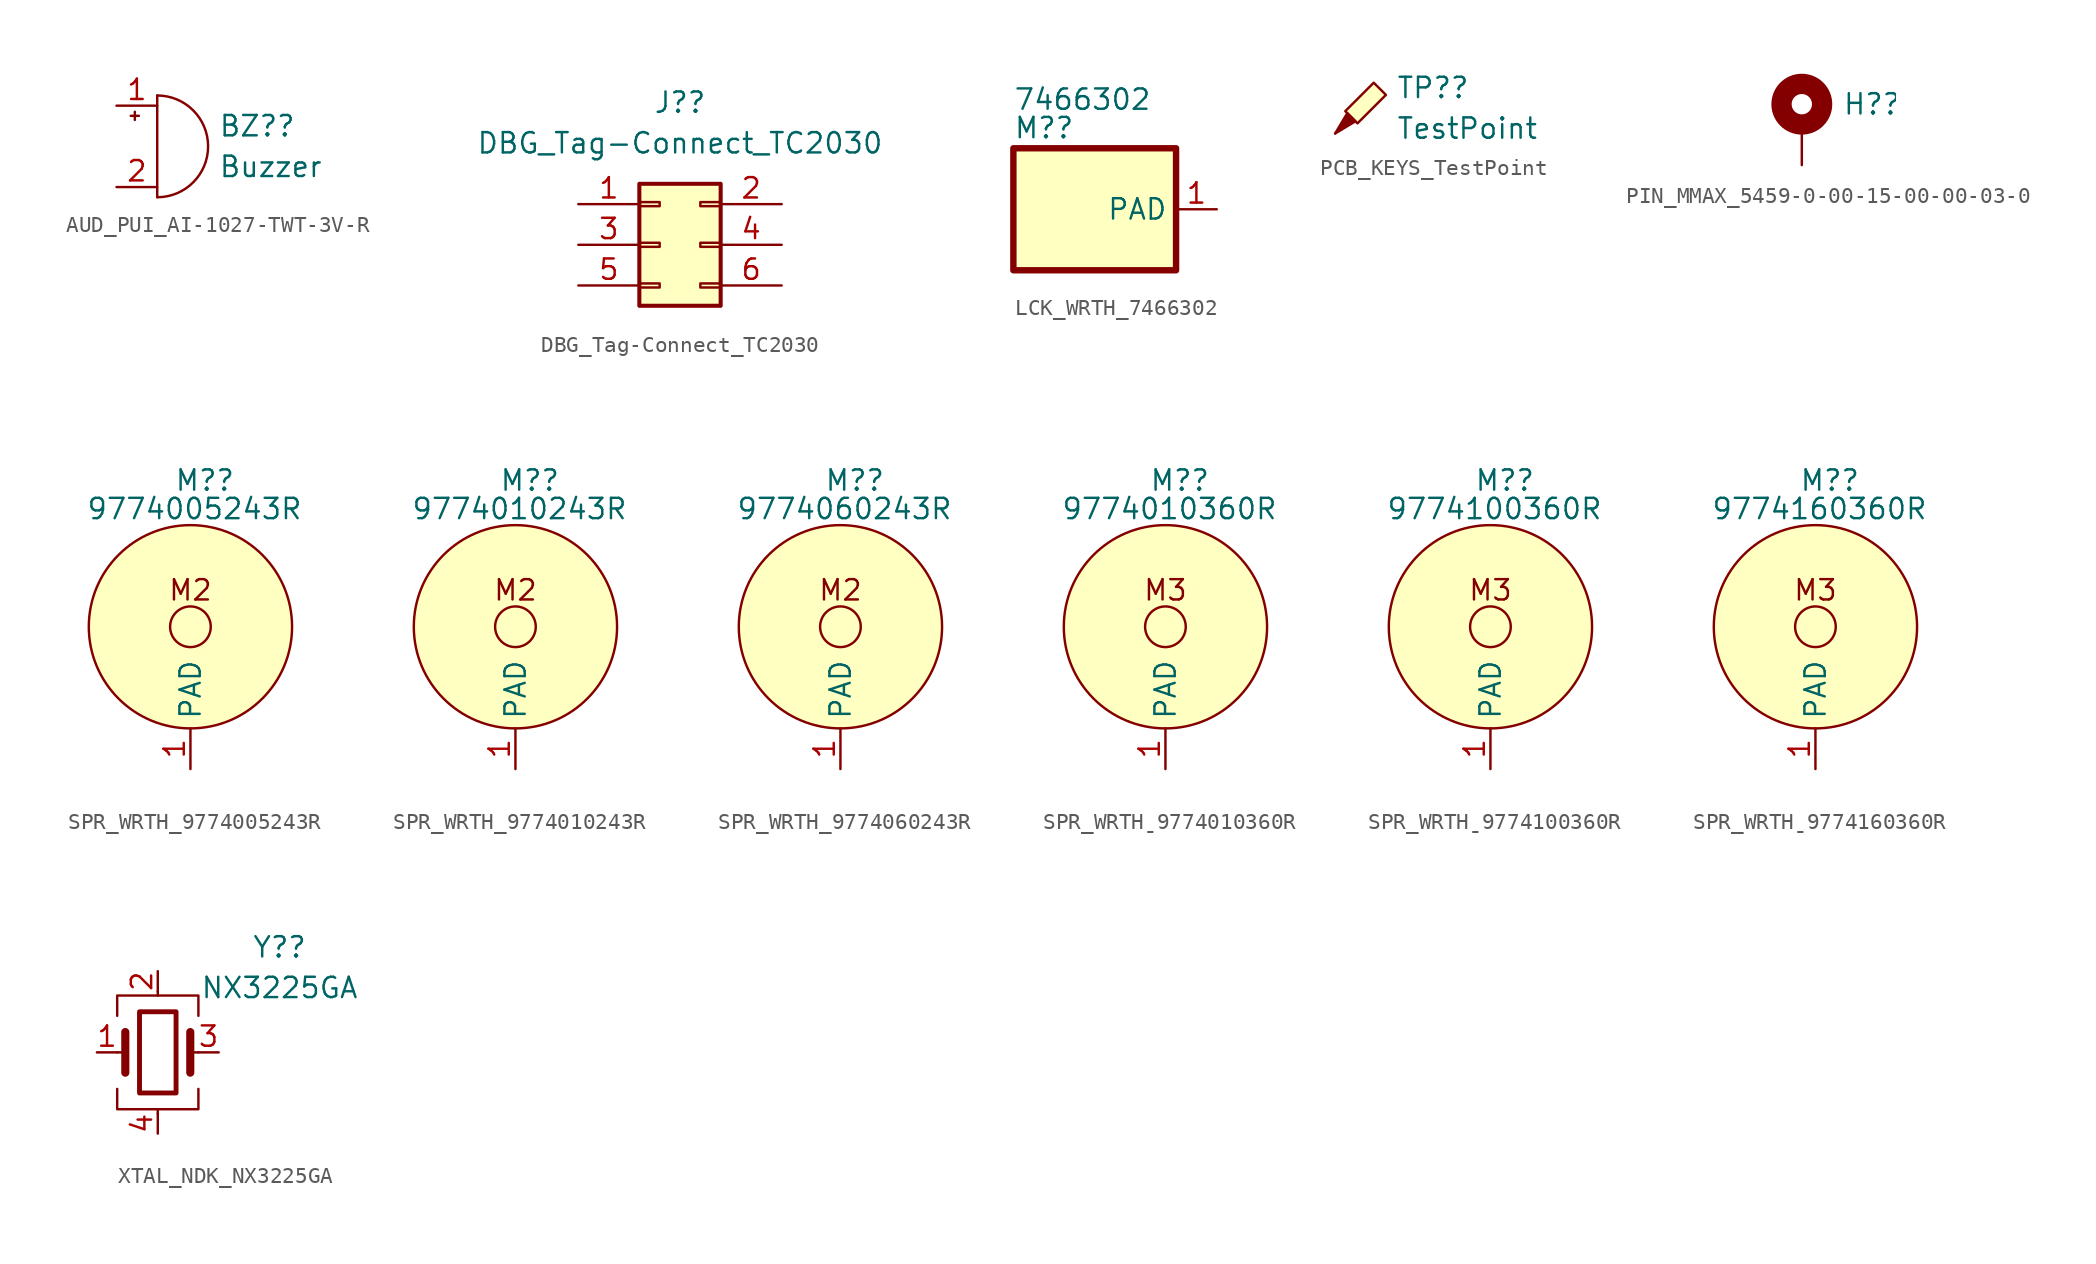
<source format=kicad_sym>
(kicad_symbol_lib
  (version 20231120)
  (generator "kicad_symbol_editor")
  (generator_version "8.0")
  (symbol "AUD_PUI_AI-1027-TWT-3V-R"
    (pin_names
      (offset 0.025) hide)
    (property "Reference" "BZ?"
      (at 3.81 1.27 0)
      (effects (font (size 1.27 1.27)) (justify left)))
    (property "Value" "Buzzer"
      (at 3.81 -1.27 0)
      (effects (font (size 1.27 1.27)) (justify left)))
    (symbol "AUD_PUI_AI-1027-TWT-3V-R_0_1"
      (arc (start 0 -3.175) (mid 3.1612 0) (end 0 3.175) (stroke (width 0) (type default)) (fill (type none)))
      (polyline (pts (xy -1.651 1.905) (xy -1.143 1.905)) (stroke (width 0) (type default)) (fill (type none)))
      (polyline (pts (xy -1.397 2.159) (xy -1.397 1.651)) (stroke (width 0) (type default)) (fill (type none)))
      (polyline (pts (xy 0 3.175) (xy 0 -3.175)) (stroke (width 0) (type default)) (fill (type none))))
    (symbol "AUD_PUI_AI-1027-TWT-3V-R_1_1"
      (pin passive line (at -2.54 2.54 0) (length 2.54) (name "-" (effects (font (size 1.27 1.27)))) (number "1" (effects (font (size 1.27 1.27)))))
      (pin passive line (at -2.54 -2.54 0) (length 2.54) (name "+" (effects (font (size 1.27 1.27)))) (number "2" (effects (font (size 1.27 1.27)))))))
  (symbol "DBG_Tag-Connect_TC2030"
    (pin_names
      (offset 1.016) hide)
    (property "Reference" "J?"
      (at 1.27 8.89 0)
      (effects (font (size 1.27 1.27))))
    (property "Value" "DBG_Tag-Connect_TC2030"
      (at 1.27 6.35 0)
      (effects (font (size 1.27 1.27))))
    (symbol "DBG_Tag-Connect_TC2030_1_1"
      (rectangle (start -1.27 -2.413) (end 0 -2.667) (stroke (width 0.152) (type default)) (fill (type none)))
      (rectangle (start -1.27 0.127) (end 0 -0.127) (stroke (width 0.152) (type default)) (fill (type none)))
      (rectangle (start -1.27 2.667) (end 0 2.413) (stroke (width 0.152) (type default)) (fill (type none)))
      (rectangle (start -1.27 3.81) (end 3.81 -3.81) (stroke (width 0.254) (type default)) (fill (type background)))
      (rectangle (start 3.81 -2.413) (end 2.54 -2.667) (stroke (width 0.152) (type default)) (fill (type none)))
      (rectangle (start 3.81 0.127) (end 2.54 -0.127) (stroke (width 0.152) (type default)) (fill (type none)))
      (rectangle (start 3.81 2.667) (end 2.54 2.413) (stroke (width 0.152) (type default)) (fill (type none)))
      (pin passive line (at -5.08 2.54 0) (length 3.81) (name "Pin_1" (effects (font (size 1.27 1.27)))) (number "1" (effects (font (size 1.27 1.27)))))
      (pin passive line (at 7.62 2.54 180) (length 3.81) (name "Pin_2" (effects (font (size 1.27 1.27)))) (number "2" (effects (font (size 1.27 1.27)))))
      (pin passive line (at -5.08 0 0) (length 3.81) (name "Pin_3" (effects (font (size 1.27 1.27)))) (number "3" (effects (font (size 1.27 1.27)))))
      (pin passive line (at 7.62 0 180) (length 3.81) (name "Pin_4" (effects (font (size 1.27 1.27)))) (number "4" (effects (font (size 1.27 1.27)))))
      (pin passive line (at -5.08 -2.54 0) (length 3.81) (name "Pin_5" (effects (font (size 1.27 1.27)))) (number "5" (effects (font (size 1.27 1.27)))))
      (pin passive line (at 7.62 -2.54 180) (length 3.81) (name "Pin_6" (effects (font (size 1.27 1.27)))) (number "6" (effects (font (size 1.27 1.27)))))))
  (symbol "LCK_WRTH_7466302"
    (property "Reference" "M?"
      (at -7.62 2.54 0)
      (effects (font (size 1.27 1.27)) (justify left)))
    (property "Value" "7466302"
      (at -3.302 4.318 0)
      (effects (font (size 1.27 1.27))))
    (symbol "LCK_WRTH_7466302_1_1"
      (rectangle (start -7.62 1.27) (end 2.54 -6.35) (stroke (width 0.4) (type default) (color 132 0 0 1)) (fill (type background)))
      (pin input line (at 5.08 -2.54 180) (length 2.54) (name "PAD" (effects (font (size 1.27 1.27)))) (number "1" (effects (font (size 1.27 1.27)))))))
  (symbol "PCB_KEYS_TestPoint"
    (pin_numbers hide)
    (pin_names
      (offset 0.762) hide)
    (property "Reference" "TP?"
      (at 3.81 2.858 0)
      (effects (font (size 1.27 1.27)) (justify left)))
    (property "Value" "TestPoint"
      (at 3.81 0.318 0)
      (effects (font (size 1.27 1.27)) (justify left)))
    (symbol "PCB_KEYS_TestPoint_0_1"
      (polyline (pts (xy 1.27 0.762) (xy 0 0) (xy 0.762 1.27) (xy 1.27 0.762)) (stroke (width 0) (type default)) (fill (type outline)))
      (polyline (pts (xy 1.397 0.635) (xy 0.635 1.397) (xy 2.413 3.175) (xy 3.175 2.413) (xy 1.397 0.635)) (stroke (width 0) (type default)) (fill (type background))))
    (symbol "PCB_KEYS_TestPoint_1_1"
      (pin passive line (at 0 0 90) (length 0) (name "1" (effects (font (size 1.27 1.27)))) (number "1" (effects (font (size 1.27 1.27)))))))
  (symbol "PIN_MMAX_5459-0-00-15-00-00-03-0"
    (pin_numbers hide)
    (pin_names
      (offset 1.016) hide)
    (property "Reference" "H?"
      (at 2.54 1.27 0)
      (effects (font (size 1.27 1.27)) (justify left)))
    (symbol "PIN_MMAX_5459-0-00-15-00-00-03-0_0_1"
      (circle (center 0 1.27) (radius 1.27) (stroke (width 1.27) (type default)) (fill (type none))))
    (symbol "PIN_MMAX_5459-0-00-15-00-00-03-0_1_1"
      (pin input line (at 0 -2.54 90) (length 2.54) (name "1" (effects (font (size 1.27 1.27)))) (number "1" (effects (font (size 1.27 1.27)))))))
  (symbol "SPR_WRTH_9774005243R"
    (property "Reference" "M?"
      (at -1.016 11.684 0)
      (effects (font (size 1.27 1.27)) (justify left)))
    (property "Value" "9774005243R"
      (at 0.254 9.906 0)
      (effects (font (size 1.27 1.27))))
    (symbol "SPR_WRTH_9774005243R_0_1"
      (circle (center 0 2.54) (radius 1.27) (stroke (width 0) (type default)) (fill (type color) (color 255 255 255 1)))
      (circle (center 0 2.54) (radius 6.35) (stroke (width 0) (type default)) (fill (type background))))
    (symbol "SPR_WRTH_9774005243R_1_1"
      (text "M2" (at 0 4.826 0) (effects (font (size 1.27 1.27))))
      (pin input line (at 0 -6.35 90) (length 2.54) (name "PAD" (effects (font (size 1.27 1.27)))) (number "1" (effects (font (size 1.27 1.27)))))))
  (symbol "SPR_WRTH_9774010243R"
    (property "Reference" "M?"
      (at -1.016 11.684 0)
      (effects (font (size 1.27 1.27)) (justify left)))
    (property "Value" "9774010243R"
      (at 0.254 9.906 0)
      (effects (font (size 1.27 1.27))))
    (symbol "SPR_WRTH_9774010243R_0_1"
      (circle (center 0 2.54) (radius 1.27) (stroke (width 0) (type default)) (fill (type color) (color 255 255 255 1)))
      (circle (center 0 2.54) (radius 6.35) (stroke (width 0) (type default)) (fill (type background))))
    (symbol "SPR_WRTH_9774010243R_1_1"
      (text "M2" (at 0 4.826 0) (effects (font (size 1.27 1.27))))
      (pin input line (at 0 -6.35 90) (length 2.54) (name "PAD" (effects (font (size 1.27 1.27)))) (number "1" (effects (font (size 1.27 1.27)))))))
  (symbol "SPR_WRTH_9774060243R"
    (property "Reference" "M?"
      (at -1.016 11.684 0)
      (effects (font (size 1.27 1.27)) (justify left)))
    (property "Value" "9774060243R"
      (at 0.254 9.906 0)
      (effects (font (size 1.27 1.27))))
    (symbol "SPR_WRTH_9774060243R_0_1"
      (circle (center 0 2.54) (radius 1.27) (stroke (width 0) (type default)) (fill (type color) (color 255 255 255 1)))
      (circle (center 0 2.54) (radius 6.35) (stroke (width 0) (type default)) (fill (type background))))
    (symbol "SPR_WRTH_9774060243R_1_1"
      (text "M2" (at 0 4.826 0) (effects (font (size 1.27 1.27))))
      (pin input line (at 0 -6.35 90) (length 2.54) (name "PAD" (effects (font (size 1.27 1.27)))) (number "1" (effects (font (size 1.27 1.27)))))))
  (symbol "SPR_WRTHˍ9774010360R"
    (property "Reference" "M?"
      (at -1.016 11.684 0)
      (effects (font (size 1.27 1.27)) (justify left)))
    (property "Value" "9774010360R"
      (at 0.254 9.906 0)
      (effects (font (size 1.27 1.27))))
    (symbol "SPR_WRTHˍ9774010360R_0_1"
      (circle (center 0 2.54) (radius 1.27) (stroke (width 0) (type default)) (fill (type color) (color 255 255 255 1)))
      (circle (center 0 2.54) (radius 6.35) (stroke (width 0) (type default)) (fill (type background))))
    (symbol "SPR_WRTHˍ9774010360R_1_1"
      (text "M3" (at 0 4.826 0) (effects (font (size 1.27 1.27))))
      (pin input line (at 0 -6.35 90) (length 2.54) (name "PAD" (effects (font (size 1.27 1.27)))) (number "1" (effects (font (size 1.27 1.27)))))))
  (symbol "SPR_WRTHˍ9774100360R"
    (property "Reference" "M?"
      (at -1.016 11.684 0)
      (effects (font (size 1.27 1.27)) (justify left)))
    (property "Value" "9774100360R"
      (at 0.254 9.906 0)
      (effects (font (size 1.27 1.27))))
    (symbol "SPR_WRTHˍ9774100360R_0_1"
      (circle (center 0 2.54) (radius 1.27) (stroke (width 0) (type default)) (fill (type color) (color 255 255 255 1)))
      (circle (center 0 2.54) (radius 6.35) (stroke (width 0) (type default)) (fill (type background))))
    (symbol "SPR_WRTHˍ9774100360R_1_1"
      (text "M3" (at 0 4.826 0) (effects (font (size 1.27 1.27))))
      (pin input line (at 0 -6.35 90) (length 2.54) (name "PAD" (effects (font (size 1.27 1.27)))) (number "1" (effects (font (size 1.27 1.27)))))))
  (symbol "SPR_WRTHˍ9774160360R"
    (property "Reference" "M?"
      (at -1.016 11.684 0)
      (effects (font (size 1.27 1.27)) (justify left)))
    (property "Value" "9774160360R"
      (at 0.254 9.906 0)
      (effects (font (size 1.27 1.27))))
    (symbol "SPR_WRTHˍ9774160360R_0_1"
      (circle (center 0 2.54) (radius 1.27) (stroke (width 0) (type default)) (fill (type color) (color 255 255 255 1)))
      (circle (center 0 2.54) (radius 6.35) (stroke (width 0) (type default)) (fill (type background))))
    (symbol "SPR_WRTHˍ9774160360R_1_1"
      (text "M3" (at 0 4.826 0) (effects (font (size 1.27 1.27))))
      (pin input line (at 0 -6.35 90) (length 2.54) (name "PAD" (effects (font (size 1.27 1.27)))) (number "1" (effects (font (size 1.27 1.27)))))))
  (symbol "XTAL_NDK_NX3225GA"
    (pin_names
      (offset 1.016) hide)
    (property "Reference" "Y?"
      (at 7.62 6.579 0)
      (effects (font (size 1.27 1.27))))
    (property "Value" "NX3225GA"
      (at 7.62 4.039 0)
      (effects (font (size 1.27 1.27))))
    (symbol "XTAL_NDK_NX3225GA_0_1"
      (rectangle (start -1.143 2.54) (end 1.143 -2.54) (stroke (width 0.305) (type default)) (fill (type none)))
      (polyline (pts (xy -2.54 0) (xy -2.032 0)) (stroke (width 0) (type default)) (fill (type none)))
      (polyline (pts (xy -2.032 -1.27) (xy -2.032 1.27)) (stroke (width 0.508) (type default)) (fill (type none)))
      (polyline (pts (xy 0 -3.81) (xy 0 -3.556)) (stroke (width 0) (type default)) (fill (type none)))
      (polyline (pts (xy 0 3.556) (xy 0 3.81)) (stroke (width 0) (type default)) (fill (type none)))
      (polyline (pts (xy 2.032 -1.27) (xy 2.032 1.27)) (stroke (width 0.508) (type default)) (fill (type none)))
      (polyline (pts (xy 2.032 0) (xy 2.54 0)) (stroke (width 0) (type default)) (fill (type none)))
      (polyline (pts (xy -2.54 -2.286) (xy -2.54 -3.556) (xy 2.54 -3.556) (xy 2.54 -2.286)) (stroke (width 0) (type default)) (fill (type none)))
      (polyline (pts (xy -2.54 2.286) (xy -2.54 3.556) (xy 2.54 3.556) (xy 2.54 2.286)) (stroke (width 0) (type default)) (fill (type none))))
    (symbol "XTAL_NDK_NX3225GA_1_1"
      (pin passive line (at -3.81 0 0) (length 1.27) (name "1" (effects (font (size 1.27 1.27)))) (number "1" (effects (font (size 1.27 1.27)))))
      (pin passive line (at 0 5.08 270) (length 1.27) (name "2" (effects (font (size 1.27 1.27)))) (number "2" (effects (font (size 1.27 1.27)))))
      (pin passive line (at 3.81 0 180) (length 1.27) (name "3" (effects (font (size 1.27 1.27)))) (number "3" (effects (font (size 1.27 1.27)))))
      (pin passive line (at 0 -5.08 90) (length 1.27) (name "4" (effects (font (size 1.27 1.27)))) (number "4" (effects (font (size 1.27 1.27))))))))
</source>
